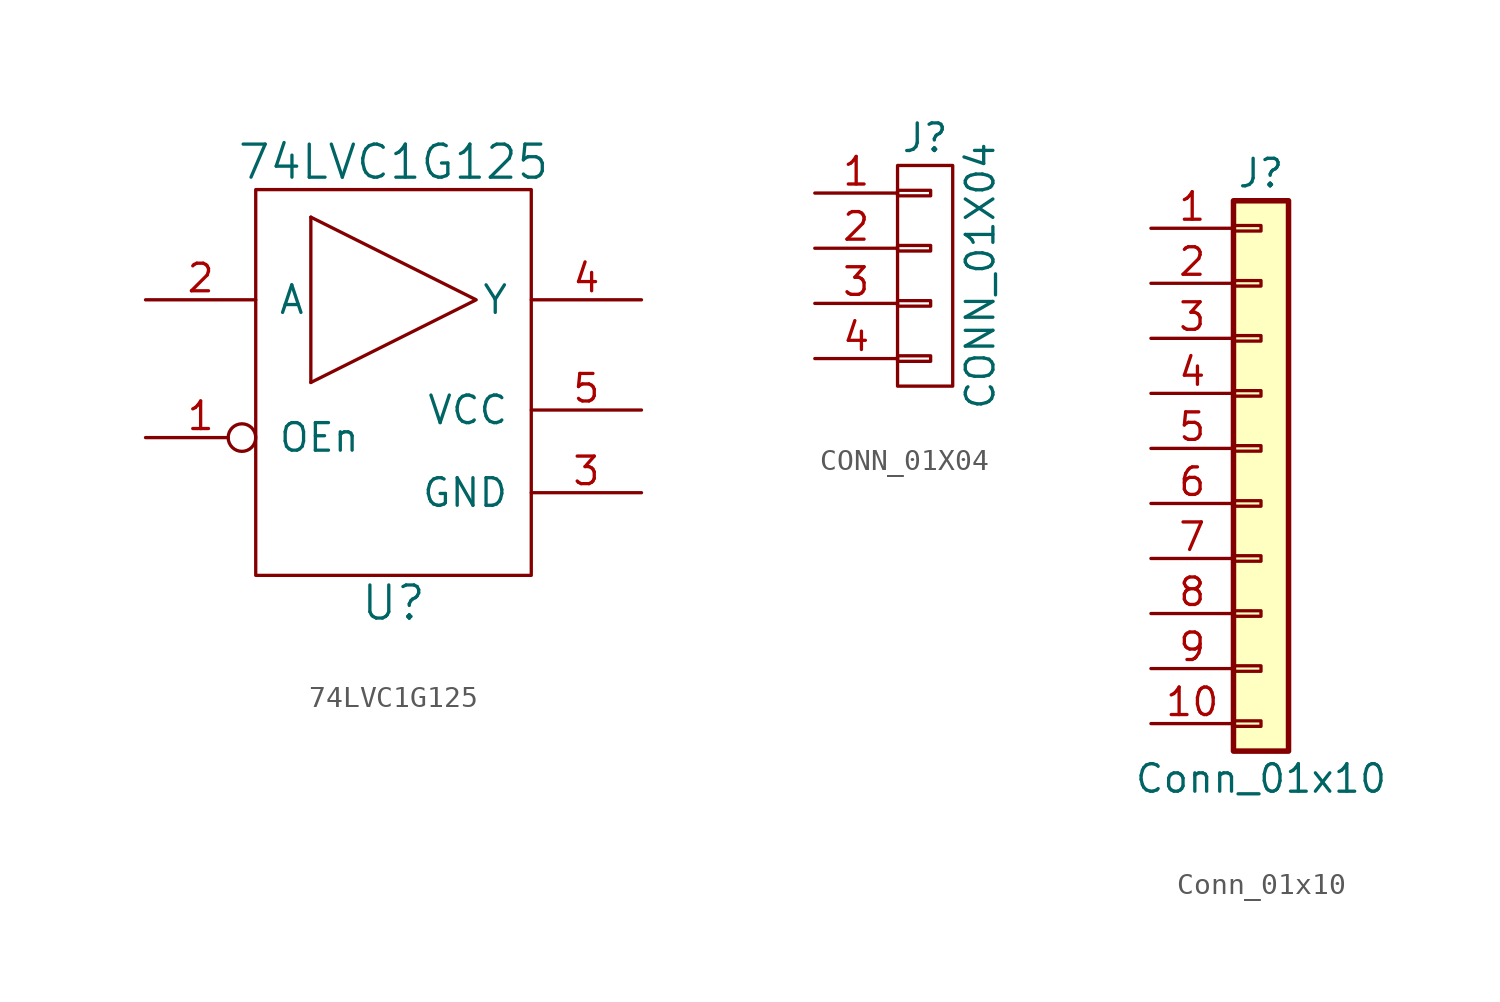
<source format=kicad_sym>
(kicad_symbol_lib
  (version 20231120)
  (generator "kicad_symbol_editor")
  (generator_version "8.0")
  (symbol "74LVC1G125"
    (pin_names
      (offset 1.016))
    (property "Reference" "U"
      (at 1.27 -12.7 0)
      (effects (font (size 1.524 1.524))))
    (property "Value" "74LVC1G125"
      (at 1.27 7.62 0)
      (effects (font (size 1.524 1.524))))
    (symbol "74LVC1G125_0_1"
      (rectangle (start -5.08 6.35) (end 7.62 -11.43) (stroke (width 0) (type solid)) (fill (type none)))
      (polyline (pts (xy -2.54 5.08) (xy -2.54 -2.54)) (stroke (width 0) (type solid)) (fill (type none)))
      (polyline (pts (xy -2.54 -2.54) (xy 5.08 1.27) (xy -2.54 5.08)) (stroke (width 0) (type solid)) (fill (type none))))
    (symbol "74LVC1G125_1_1"
      (pin input inverted (at -10.16 -5.08 0) (length 5.08) (name "OEn" (effects (font (size 1.27 1.27)))) (number "1" (effects (font (size 1.27 1.27)))))
      (pin input line (at -10.16 1.27 0) (length 5.08) (name "A" (effects (font (size 1.27 1.27)))) (number "2" (effects (font (size 1.27 1.27)))))
      (pin power_in line (at 12.7 -7.62 180) (length 5.08) (name "GND" (effects (font (size 1.27 1.27)))) (number "3" (effects (font (size 1.27 1.27)))))
      (pin output line (at 12.7 1.27 180) (length 5.08) (name "Y" (effects (font (size 1.27 1.27)))) (number "4" (effects (font (size 1.27 1.27)))))
      (pin power_in line (at 12.7 -3.81 180) (length 5.08) (name "VCC" (effects (font (size 1.27 1.27)))) (number "5" (effects (font (size 1.27 1.27)))))))
  (symbol "CONN_01X04"
    (pin_names
      (offset 1.016) hide)
    (property "Reference" "J"
      (at 0 6.35 0)
      (effects (font (size 1.27 1.27))))
    (property "Value" "CONN_01X04"
      (at 2.54 0 90)
      (effects (font (size 1.27 1.27))))
    (symbol "CONN_01X04_0_1"
      (rectangle (start -1.27 -3.683) (end 0.254 -3.937) (stroke (width 0) (type solid)) (fill (type none)))
      (rectangle (start -1.27 -1.143) (end 0.254 -1.397) (stroke (width 0) (type solid)) (fill (type none)))
      (rectangle (start -1.27 1.397) (end 0.254 1.143) (stroke (width 0) (type solid)) (fill (type none)))
      (rectangle (start -1.27 3.937) (end 0.254 3.683) (stroke (width 0) (type solid)) (fill (type none)))
      (rectangle (start -1.27 5.08) (end 1.27 -5.08) (stroke (width 0) (type solid)) (fill (type none))))
    (symbol "CONN_01X04_1_1"
      (pin passive line (at -5.08 3.81 0) (length 3.81) (name "P1" (effects (font (size 1.27 1.27)))) (number "1" (effects (font (size 1.27 1.27)))))
      (pin passive line (at -5.08 1.27 0) (length 3.81) (name "P2" (effects (font (size 1.27 1.27)))) (number "2" (effects (font (size 1.27 1.27)))))
      (pin passive line (at -5.08 -1.27 0) (length 3.81) (name "P3" (effects (font (size 1.27 1.27)))) (number "3" (effects (font (size 1.27 1.27)))))
      (pin passive line (at -5.08 -3.81 0) (length 3.81) (name "P4" (effects (font (size 1.27 1.27)))) (number "4" (effects (font (size 1.27 1.27)))))))
  (symbol "Conn_01x10"
    (pin_names
      (offset 1.016) hide)
    (property "Reference" "J"
      (at 0 12.7 0)
      (effects (font (size 1.27 1.27))))
    (property "Value" "Conn_01x10"
      (at 0 -15.24 0)
      (effects (font (size 1.27 1.27))))
    (symbol "Conn_01x10_1_1"
      (rectangle (start -1.27 -12.573) (end 0 -12.827) (stroke (width 0.152) (type solid)) (fill (type none)))
      (rectangle (start -1.27 -10.033) (end 0 -10.287) (stroke (width 0.152) (type solid)) (fill (type none)))
      (rectangle (start -1.27 -7.493) (end 0 -7.747) (stroke (width 0.152) (type solid)) (fill (type none)))
      (rectangle (start -1.27 -4.953) (end 0 -5.207) (stroke (width 0.152) (type solid)) (fill (type none)))
      (rectangle (start -1.27 -2.413) (end 0 -2.667) (stroke (width 0.152) (type solid)) (fill (type none)))
      (rectangle (start -1.27 0.127) (end 0 -0.127) (stroke (width 0.152) (type solid)) (fill (type none)))
      (rectangle (start -1.27 2.667) (end 0 2.413) (stroke (width 0.152) (type solid)) (fill (type none)))
      (rectangle (start -1.27 5.207) (end 0 4.953) (stroke (width 0.152) (type solid)) (fill (type none)))
      (rectangle (start -1.27 7.747) (end 0 7.493) (stroke (width 0.152) (type solid)) (fill (type none)))
      (rectangle (start -1.27 10.287) (end 0 10.033) (stroke (width 0.152) (type solid)) (fill (type none)))
      (rectangle (start -1.27 11.43) (end 1.27 -13.97) (stroke (width 0.254) (type solid)) (fill (type background)))
      (pin passive line (at -5.08 10.16 0) (length 3.81) (name "Pin_1" (effects (font (size 1.27 1.27)))) (number "1" (effects (font (size 1.27 1.27)))))
      (pin passive line (at -5.08 -12.7 0) (length 3.81) (name "Pin_10" (effects (font (size 1.27 1.27)))) (number "10" (effects (font (size 1.27 1.27)))))
      (pin passive line (at -5.08 7.62 0) (length 3.81) (name "Pin_2" (effects (font (size 1.27 1.27)))) (number "2" (effects (font (size 1.27 1.27)))))
      (pin passive line (at -5.08 5.08 0) (length 3.81) (name "Pin_3" (effects (font (size 1.27 1.27)))) (number "3" (effects (font (size 1.27 1.27)))))
      (pin passive line (at -5.08 2.54 0) (length 3.81) (name "Pin_4" (effects (font (size 1.27 1.27)))) (number "4" (effects (font (size 1.27 1.27)))))
      (pin passive line (at -5.08 0 0) (length 3.81) (name "Pin_5" (effects (font (size 1.27 1.27)))) (number "5" (effects (font (size 1.27 1.27)))))
      (pin passive line (at -5.08 -2.54 0) (length 3.81) (name "Pin_6" (effects (font (size 1.27 1.27)))) (number "6" (effects (font (size 1.27 1.27)))))
      (pin passive line (at -5.08 -5.08 0) (length 3.81) (name "Pin_7" (effects (font (size 1.27 1.27)))) (number "7" (effects (font (size 1.27 1.27)))))
      (pin passive line (at -5.08 -7.62 0) (length 3.81) (name "Pin_8" (effects (font (size 1.27 1.27)))) (number "8" (effects (font (size 1.27 1.27)))))
      (pin passive line (at -5.08 -10.16 0) (length 3.81) (name "Pin_9" (effects (font (size 1.27 1.27)))) (number "9" (effects (font (size 1.27 1.27))))))))
</source>
